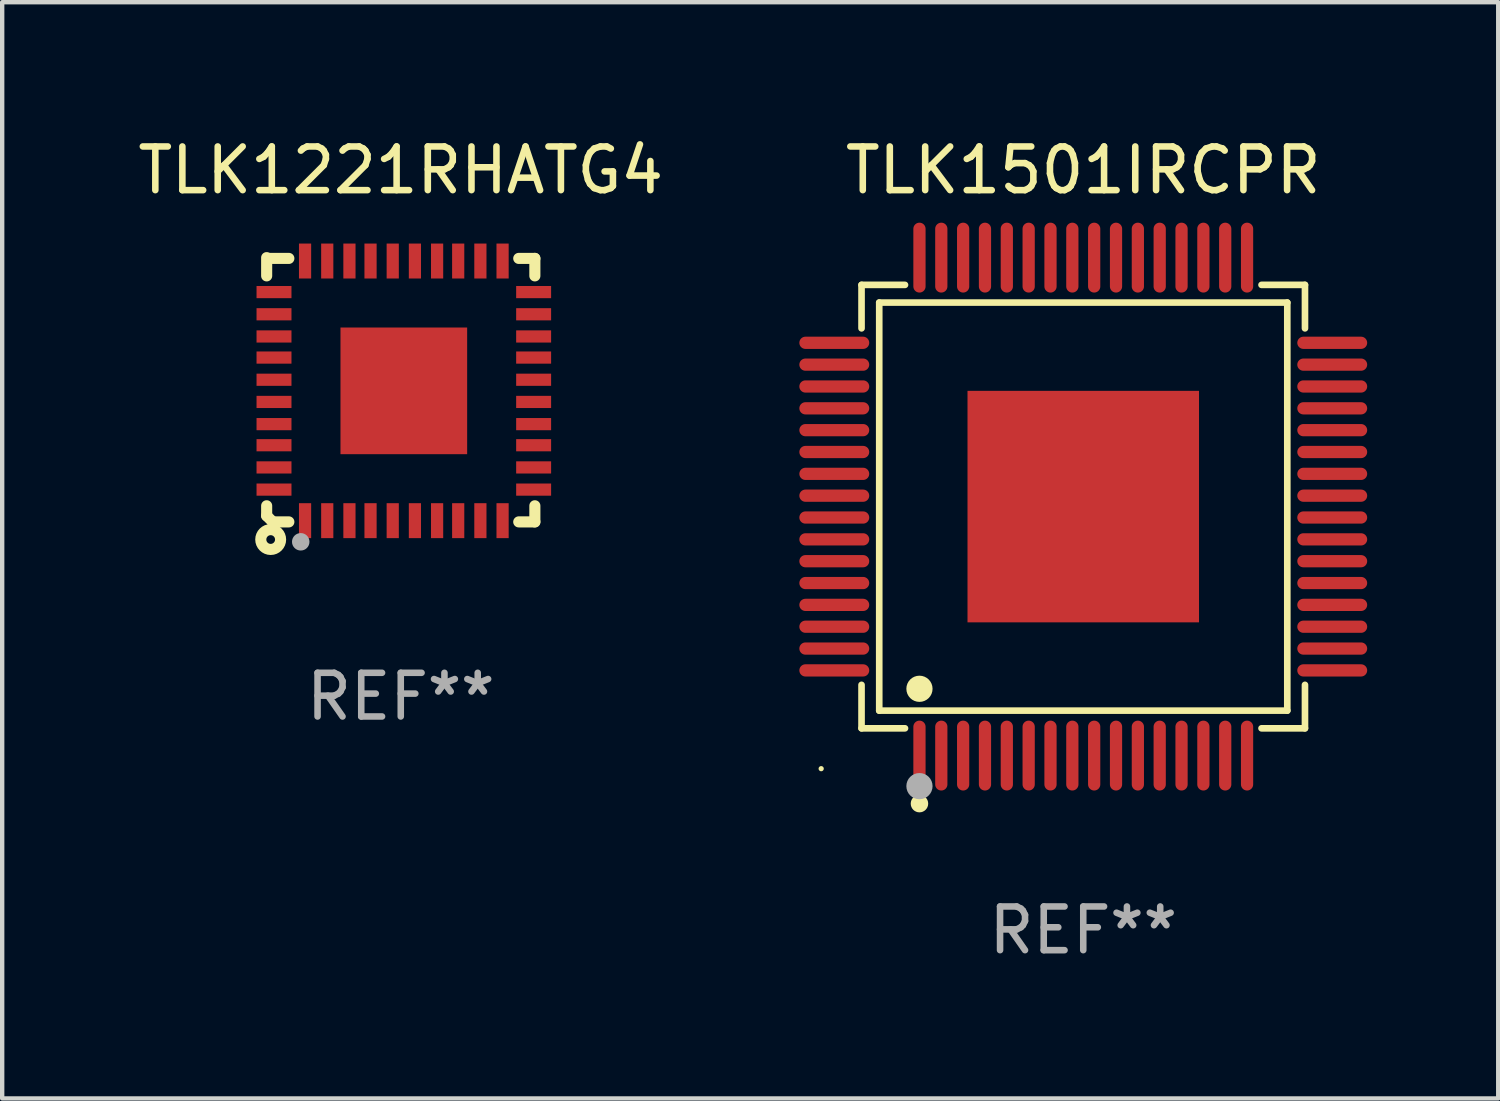
<source format=kicad_pcb>
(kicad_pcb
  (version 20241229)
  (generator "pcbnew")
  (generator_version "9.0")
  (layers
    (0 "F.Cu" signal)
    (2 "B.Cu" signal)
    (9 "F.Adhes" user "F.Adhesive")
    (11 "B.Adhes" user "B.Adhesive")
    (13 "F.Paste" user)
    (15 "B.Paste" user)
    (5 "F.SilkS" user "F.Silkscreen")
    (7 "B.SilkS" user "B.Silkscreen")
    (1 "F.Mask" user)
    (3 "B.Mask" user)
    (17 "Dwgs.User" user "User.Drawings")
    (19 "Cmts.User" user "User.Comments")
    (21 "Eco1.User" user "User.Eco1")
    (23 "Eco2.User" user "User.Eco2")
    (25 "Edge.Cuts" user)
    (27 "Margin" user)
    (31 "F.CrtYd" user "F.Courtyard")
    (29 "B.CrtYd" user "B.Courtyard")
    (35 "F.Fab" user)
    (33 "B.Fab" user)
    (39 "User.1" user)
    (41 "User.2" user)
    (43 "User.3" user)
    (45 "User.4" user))
  (footprint "TLK1501IRCPR"
    (layer "F.Cu")
    (at 21.75 8.548)
    (property "Reference" "TLK1501IRCPR" (at 0 -7.7 0) (layer "F.SilkS") (effects (font (size 1 1) (thickness 0.15))))
    (attr through_hole)
    (fp_line (start -5.076 -5.076) (end -4.081 -5.076) (stroke (width 0.152) (type solid)) (layer "F.SilkS"))
    (fp_line (start -5.076 -4.081) (end -5.076 -5.076) (stroke (width 0.152) (type solid)) (layer "F.SilkS"))
    (fp_line (start -5.076 4.081) (end -5.076 5.076) (stroke (width 0.152) (type solid)) (layer "F.SilkS"))
    (fp_line (start -5.076 5.076) (end -4.081 5.076) (stroke (width 0.152) (type solid)) (layer "F.SilkS"))
    (fp_line (start -4.671 -4.671) (end 4.671 -4.671) (stroke (width 0.152) (type solid)) (layer "F.SilkS"))
    (fp_line (start -4.671 4.671) (end -4.671 -4.671) (stroke (width 0.152) (type solid)) (layer "F.SilkS"))
    (fp_line (start 4.671 -4.671) (end 4.671 4.671) (stroke (width 0.152) (type solid)) (layer "F.SilkS"))
    (fp_line (start 4.671 4.671) (end -4.671 4.671) (stroke (width 0.152) (type solid)) (layer "F.SilkS"))
    (fp_line (start 5.076 -5.076) (end 4.081 -5.076) (stroke (width 0.152) (type solid)) (layer "F.SilkS"))
    (fp_line (start 5.076 -4.081) (end 5.076 -5.076) (stroke (width 0.152) (type solid)) (layer "F.SilkS"))
    (fp_line (start 5.076 4.081) (end 5.076 5.076) (stroke (width 0.152) (type solid)) (layer "F.SilkS"))
    (fp_line (start 5.076 5.076) (end 4.081 5.076) (stroke (width 0.152) (type solid)) (layer "F.SilkS"))
    (fp_circle (center -6 6) (end -5.97 6) (stroke (width 0.06) (type solid)) (fill no) (layer "F.SilkS"))
    (fp_circle (center -3.75 4.171) (end -3.6 4.171) (stroke (width 0.3) (type solid)) (fill no) (layer "F.SilkS"))
    (fp_circle (center -3.75 6.8) (end -3.65 6.8) (stroke (width 0.2) (type solid)) (fill no) (layer "F.SilkS"))
    (fp_circle (center -3.75 6.4) (end -3.6 6.4) (stroke (width 0.3) (type solid)) (fill no) (layer "F.Fab"))
    (fp_text user "REF**" (at 0 9.7 0) (layer "F.Fab") (effects (font (size 1 1) (thickness 0.15))))
    (pad "1" smd oval (at -3.75 5.7) (size 0.28 1.6) (layers "F.Cu" "F.Mask" "F.Paste"))
    (pad "2" smd oval (at -3.25 5.7) (size 0.28 1.6) (layers "F.Cu" "F.Mask" "F.Paste"))
    (pad "3" smd oval (at -2.75 5.7) (size 0.28 1.6) (layers "F.Cu" "F.Mask" "F.Paste"))
    (pad "4" smd oval (at -2.25 5.7) (size 0.28 1.6) (layers "F.Cu" "F.Mask" "F.Paste"))
    (pad "5" smd oval (at -1.75 5.7) (size 0.28 1.6) (layers "F.Cu" "F.Mask" "F.Paste"))
    (pad "6" smd oval (at -1.25 5.7) (size 0.28 1.6) (layers "F.Cu" "F.Mask" "F.Paste"))
    (pad "7" smd oval (at -0.75 5.7) (size 0.28 1.6) (layers "F.Cu" "F.Mask" "F.Paste"))
    (pad "8" smd oval (at -0.25 5.7) (size 0.28 1.6) (layers "F.Cu" "F.Mask" "F.Paste"))
    (pad "9" smd oval (at 0.25 5.7) (size 0.28 1.6) (layers "F.Cu" "F.Mask" "F.Paste"))
    (pad "10" smd oval (at 0.75 5.7) (size 0.28 1.6) (layers "F.Cu" "F.Mask" "F.Paste"))
    (pad "11" smd oval (at 1.25 5.7) (size 0.28 1.6) (layers "F.Cu" "F.Mask" "F.Paste"))
    (pad "12" smd oval (at 1.75 5.7) (size 0.28 1.6) (layers "F.Cu" "F.Mask" "F.Paste"))
    (pad "13" smd oval (at 2.25 5.7) (size 0.28 1.6) (layers "F.Cu" "F.Mask" "F.Paste"))
    (pad "14" smd oval (at 2.75 5.7) (size 0.28 1.6) (layers "F.Cu" "F.Mask" "F.Paste"))
    (pad "15" smd oval (at 3.25 5.7) (size 0.28 1.6) (layers "F.Cu" "F.Mask" "F.Paste"))
    (pad "16" smd oval (at 3.75 5.7) (size 0.28 1.6) (layers "F.Cu" "F.Mask" "F.Paste"))
    (pad "17" smd oval (at 5.7 3.75) (size 1.6 0.28) (layers "F.Cu" "F.Mask" "F.Paste"))
    (pad "18" smd oval (at 5.7 3.25) (size 1.6 0.28) (layers "F.Cu" "F.Mask" "F.Paste"))
    (pad "19" smd oval (at 5.7 2.75) (size 1.6 0.28) (layers "F.Cu" "F.Mask" "F.Paste"))
    (pad "20" smd oval (at 5.7 2.25) (size 1.6 0.28) (layers "F.Cu" "F.Mask" "F.Paste"))
    (pad "21" smd oval (at 5.7 1.75) (size 1.6 0.28) (layers "F.Cu" "F.Mask" "F.Paste"))
    (pad "22" smd oval (at 5.7 1.25) (size 1.6 0.28) (layers "F.Cu" "F.Mask" "F.Paste"))
    (pad "23" smd oval (at 5.7 0.75) (size 1.6 0.28) (layers "F.Cu" "F.Mask" "F.Paste"))
    (pad "24" smd oval (at 5.7 0.25) (size 1.6 0.28) (layers "F.Cu" "F.Mask" "F.Paste"))
    (pad "25" smd oval (at 5.7 -0.25) (size 1.6 0.28) (layers "F.Cu" "F.Mask" "F.Paste"))
    (pad "26" smd oval (at 5.7 -0.75) (size 1.6 0.28) (layers "F.Cu" "F.Mask" "F.Paste"))
    (pad "27" smd oval (at 5.7 -1.25) (size 1.6 0.28) (layers "F.Cu" "F.Mask" "F.Paste"))
    (pad "28" smd oval (at 5.7 -1.75) (size 1.6 0.28) (layers "F.Cu" "F.Mask" "F.Paste"))
    (pad "29" smd oval (at 5.7 -2.25) (size 1.6 0.28) (layers "F.Cu" "F.Mask" "F.Paste"))
    (pad "30" smd oval (at 5.7 -2.75) (size 1.6 0.28) (layers "F.Cu" "F.Mask" "F.Paste"))
    (pad "31" smd oval (at 5.7 -3.25) (size 1.6 0.28) (layers "F.Cu" "F.Mask" "F.Paste"))
    (pad "32" smd oval (at 5.7 -3.75) (size 1.6 0.28) (layers "F.Cu" "F.Mask" "F.Paste"))
    (pad "33" smd oval (at 3.75 -5.7) (size 0.28 1.6) (layers "F.Cu" "F.Mask" "F.Paste"))
    (pad "34" smd oval (at 3.25 -5.7) (size 0.28 1.6) (layers "F.Cu" "F.Mask" "F.Paste"))
    (pad "35" smd oval (at 2.75 -5.7) (size 0.28 1.6) (layers "F.Cu" "F.Mask" "F.Paste"))
    (pad "36" smd oval (at 2.25 -5.7) (size 0.28 1.6) (layers "F.Cu" "F.Mask" "F.Paste"))
    (pad "37" smd oval (at 1.75 -5.7) (size 0.28 1.6) (layers "F.Cu" "F.Mask" "F.Paste"))
    (pad "38" smd oval (at 1.25 -5.7) (size 0.28 1.6) (layers "F.Cu" "F.Mask" "F.Paste"))
    (pad "39" smd oval (at 0.75 -5.7) (size 0.28 1.6) (layers "F.Cu" "F.Mask" "F.Paste"))
    (pad "40" smd oval (at 0.25 -5.7) (size 0.28 1.6) (layers "F.Cu" "F.Mask" "F.Paste"))
    (pad "41" smd oval (at -0.25 -5.7) (size 0.28 1.6) (layers "F.Cu" "F.Mask" "F.Paste"))
    (pad "42" smd oval (at -0.75 -5.7) (size 0.28 1.6) (layers "F.Cu" "F.Mask" "F.Paste"))
    (pad "43" smd oval (at -1.25 -5.7) (size 0.28 1.6) (layers "F.Cu" "F.Mask" "F.Paste"))
    (pad "44" smd oval (at -1.75 -5.7) (size 0.28 1.6) (layers "F.Cu" "F.Mask" "F.Paste"))
    (pad "45" smd oval (at -2.25 -5.7) (size 0.28 1.6) (layers "F.Cu" "F.Mask" "F.Paste"))
    (pad "46" smd oval (at -2.75 -5.7) (size 0.28 1.6) (layers "F.Cu" "F.Mask" "F.Paste"))
    (pad "47" smd oval (at -3.25 -5.7) (size 0.28 1.6) (layers "F.Cu" "F.Mask" "F.Paste"))
    (pad "48" smd oval (at -3.75 -5.7) (size 0.28 1.6) (layers "F.Cu" "F.Mask" "F.Paste"))
    (pad "49" smd oval (at -5.7 -3.75) (size 1.6 0.28) (layers "F.Cu" "F.Mask" "F.Paste"))
    (pad "50" smd oval (at -5.7 -3.25) (size 1.6 0.28) (layers "F.Cu" "F.Mask" "F.Paste"))
    (pad "51" smd oval (at -5.7 -2.75) (size 1.6 0.28) (layers "F.Cu" "F.Mask" "F.Paste"))
    (pad "52" smd oval (at -5.7 -2.25) (size 1.6 0.28) (layers "F.Cu" "F.Mask" "F.Paste"))
    (pad "53" smd oval (at -5.7 -1.75) (size 1.6 0.28) (layers "F.Cu" "F.Mask" "F.Paste"))
    (pad "54" smd oval (at -5.7 -1.25) (size 1.6 0.28) (layers "F.Cu" "F.Mask" "F.Paste"))
    (pad "55" smd oval (at -5.7 -0.75) (size 1.6 0.28) (layers "F.Cu" "F.Mask" "F.Paste"))
    (pad "56" smd oval (at -5.7 -0.25) (size 1.6 0.28) (layers "F.Cu" "F.Mask" "F.Paste"))
    (pad "57" smd oval (at -5.7 0.25) (size 1.6 0.28) (layers "F.Cu" "F.Mask" "F.Paste"))
    (pad "58" smd oval (at -5.7 0.75) (size 1.6 0.28) (layers "F.Cu" "F.Mask" "F.Paste"))
    (pad "59" smd oval (at -5.7 1.25) (size 1.6 0.28) (layers "F.Cu" "F.Mask" "F.Paste"))
    (pad "60" smd oval (at -5.7 1.75) (size 1.6 0.28) (layers "F.Cu" "F.Mask" "F.Paste"))
    (pad "61" smd oval (at -5.7 2.25) (size 1.6 0.28) (layers "F.Cu" "F.Mask" "F.Paste"))
    (pad "62" smd oval (at -5.7 2.75) (size 1.6 0.28) (layers "F.Cu" "F.Mask" "F.Paste"))
    (pad "63" smd oval (at -5.7 3.25) (size 1.6 0.28) (layers "F.Cu" "F.Mask" "F.Paste"))
    (pad "64" smd oval (at -5.7 3.75) (size 1.6 0.28) (layers "F.Cu" "F.Mask" "F.Paste"))
    (pad "65" smd rect (at 0 0) (size 5.3 5.3) (layers "F.Cu" "F.Mask" "F.Paste")))
  (footprint "TLK1221RHATG4"
    (layer "F.Cu")
    (at 6.125 5.873)
    (property "Reference" "TLK1221RHATG4" (at 0 -5.025 0) (layer "F.SilkS") (effects (font (size 1 1) (thickness 0.15))))
    (attr through_hole)
    (fp_line (start -3.07 -3.025) (end -3.07 -2.607) (stroke (width 0.254) (type solid)) (layer "F.SilkS"))
    (fp_line (start -3.07 2.656) (end -3.07 2.885) (stroke (width 0.254) (type solid)) (layer "F.SilkS"))
    (fp_line (start -3.07 2.885) (end -2.93 3.025) (stroke (width 0.254) (type solid)) (layer "F.SilkS"))
    (fp_line (start -3.005 -3.007) (end -2.562 -3.007) (stroke (width 0.254) (type solid)) (layer "F.SilkS"))
    (fp_line (start -2.93 3.025) (end -2.562 3.025) (stroke (width 0.254) (type solid)) (layer "F.SilkS"))
    (fp_line (start 2.701 -3.007) (end 3.07 -3.007) (stroke (width 0.254) (type solid)) (layer "F.SilkS"))
    (fp_line (start 2.701 3.025) (end 3.07 3.025) (stroke (width 0.254) (type solid)) (layer "F.SilkS"))
    (fp_line (start 3.07 -2.607) (end 3.07 -3.007) (stroke (width 0.254) (type solid)) (layer "F.SilkS"))
    (fp_line (start 3.07 3.025) (end 3.07 2.656) (stroke (width 0.254) (type solid)) (layer "F.SilkS"))
    (fp_circle (center -2.978 3.429) (end -2.878 3.429) (stroke (width 0.254) (type solid)) (fill no) (layer "F.SilkS"))
    (fp_circle (center -2.93 3.025) (end -2.9 3.025) (stroke (width 0.06) (type solid)) (fill no) (layer "F.SilkS"))
    (fp_circle (center -2.29 3.481) (end -2.19 3.481) (stroke (width 0.2) (type solid)) (fill no) (layer "F.Fab"))
    (fp_text user "REF**" (at 0 7.025 0) (layer "F.Fab") (effects (font (size 1 1) (thickness 0.15))))
    (pad "1" smd rect (at -2.191 2.997 90) (size 0.8 0.279) (layers "F.Cu" "F.Mask" "F.Paste"))
    (pad "2" smd rect (at -1.683 2.997 90) (size 0.8 0.279) (layers "F.Cu" "F.Mask" "F.Paste"))
    (pad "3" smd rect (at -1.175 2.997 90) (size 0.8 0.279) (layers "F.Cu" "F.Mask" "F.Paste"))
    (pad "4" smd rect (at -0.692 2.997 90) (size 0.8 0.279) (layers "F.Cu" "F.Mask" "F.Paste"))
    (pad "5" smd rect (at -0.184 2.997 90) (size 0.8 0.279) (layers "F.Cu" "F.Mask" "F.Paste"))
    (pad "6" smd rect (at 0.324 2.997 90) (size 0.8 0.279) (layers "F.Cu" "F.Mask" "F.Paste"))
    (pad "7" smd rect (at 0.832 2.997 90) (size 0.8 0.279) (layers "F.Cu" "F.Mask" "F.Paste"))
    (pad "8" smd rect (at 1.315 2.997 90) (size 0.8 0.279) (layers "F.Cu" "F.Mask" "F.Paste"))
    (pad "9" smd rect (at 1.823 2.997 90) (size 0.8 0.279) (layers "F.Cu" "F.Mask" "F.Paste"))
    (pad "10" smd rect (at 2.331 2.997 90) (size 0.8 0.279) (layers "F.Cu" "F.Mask" "F.Paste"))
    (pad "11" smd rect (at 3.042 2.286 180) (size 0.8 0.279) (layers "F.Cu" "F.Mask" "F.Paste"))
    (pad "12" smd rect (at 3.042 1.778 180) (size 0.8 0.279) (layers "F.Cu" "F.Mask" "F.Paste"))
    (pad "13" smd rect (at 3.042 1.27 180) (size 0.8 0.279) (layers "F.Cu" "F.Mask" "F.Paste"))
    (pad "14" smd rect (at 3.042 0.787 180) (size 0.8 0.279) (layers "F.Cu" "F.Mask" "F.Paste"))
    (pad "15" smd rect (at 3.042 0.279 180) (size 0.8 0.279) (layers "F.Cu" "F.Mask" "F.Paste"))
    (pad "16" smd rect (at 3.042 -0.229 180) (size 0.8 0.279) (layers "F.Cu" "F.Mask" "F.Paste"))
    (pad "17" smd rect (at 3.042 -0.737 180) (size 0.8 0.279) (layers "F.Cu" "F.Mask" "F.Paste"))
    (pad "18" smd rect (at 3.042 -1.22 180) (size 0.8 0.279) (layers "F.Cu" "F.Mask" "F.Paste"))
    (pad "19" smd rect (at 3.042 -1.728 180) (size 0.8 0.279) (layers "F.Cu" "F.Mask" "F.Paste"))
    (pad "20" smd rect (at 3.042 -2.236 180) (size 0.8 0.279) (layers "F.Cu" "F.Mask" "F.Paste"))
    (pad "21" smd rect (at 2.331 -2.947 270) (size 0.8 0.279) (layers "F.Cu" "F.Mask" "F.Paste"))
    (pad "22" smd rect (at 1.823 -2.947 270) (size 0.8 0.279) (layers "F.Cu" "F.Mask" "F.Paste"))
    (pad "23" smd rect (at 1.315 -2.947 270) (size 0.8 0.279) (layers "F.Cu" "F.Mask" "F.Paste"))
    (pad "24" smd rect (at 0.832 -2.947 270) (size 0.8 0.279) (layers "F.Cu" "F.Mask" "F.Paste"))
    (pad "25" smd rect (at 0.324 -2.947 270) (size 0.8 0.279) (layers "F.Cu" "F.Mask" "F.Paste"))
    (pad "26" smd rect (at -0.184 -2.947 270) (size 0.8 0.279) (layers "F.Cu" "F.Mask" "F.Paste"))
    (pad "27" smd rect (at -0.692 -2.947 270) (size 0.8 0.279) (layers "F.Cu" "F.Mask" "F.Paste"))
    (pad "28" smd rect (at -1.175 -2.947 270) (size 0.8 0.279) (layers "F.Cu" "F.Mask" "F.Paste"))
    (pad "29" smd rect (at -1.683 -2.947 270) (size 0.8 0.279) (layers "F.Cu" "F.Mask" "F.Paste"))
    (pad "30" smd rect (at -2.191 -2.947 270) (size 0.8 0.279) (layers "F.Cu" "F.Mask" "F.Paste"))
    (pad "31" smd rect (at -2.902 -2.236) (size 0.8 0.279) (layers "F.Cu" "F.Mask" "F.Paste"))
    (pad "32" smd rect (at -2.902 -1.728) (size 0.8 0.279) (layers "F.Cu" "F.Mask" "F.Paste"))
    (pad "33" smd rect (at -2.902 -1.22) (size 0.8 0.279) (layers "F.Cu" "F.Mask" "F.Paste"))
    (pad "34" smd rect (at -2.902 -0.737) (size 0.8 0.279) (layers "F.Cu" "F.Mask" "F.Paste"))
    (pad "35" smd rect (at -2.902 -0.229) (size 0.8 0.279) (layers "F.Cu" "F.Mask" "F.Paste"))
    (pad "36" smd rect (at -2.902 0.279) (size 0.8 0.279) (layers "F.Cu" "F.Mask" "F.Paste"))
    (pad "37" smd rect (at -2.902 0.787) (size 0.8 0.279) (layers "F.Cu" "F.Mask" "F.Paste"))
    (pad "38" smd rect (at -2.902 1.27) (size 0.8 0.279) (layers "F.Cu" "F.Mask" "F.Paste"))
    (pad "39" smd rect (at -2.902 1.778) (size 0.8 0.279) (layers "F.Cu" "F.Mask" "F.Paste"))
    (pad "40" smd rect (at -2.902 2.286) (size 0.8 0.279) (layers "F.Cu" "F.Mask" "F.Paste"))
    (pad "41" smd rect (at 0.07 0.025 90) (size 2.9 2.9) (layers "F.Cu" "F.Mask" "F.Paste")))
  (gr_rect
    (start -3 -3)
    (end 31.25 22.097)
    (stroke (width 0.1) (type default))
    (fill no)
    (layer "Edge.Cuts")))
</source>
